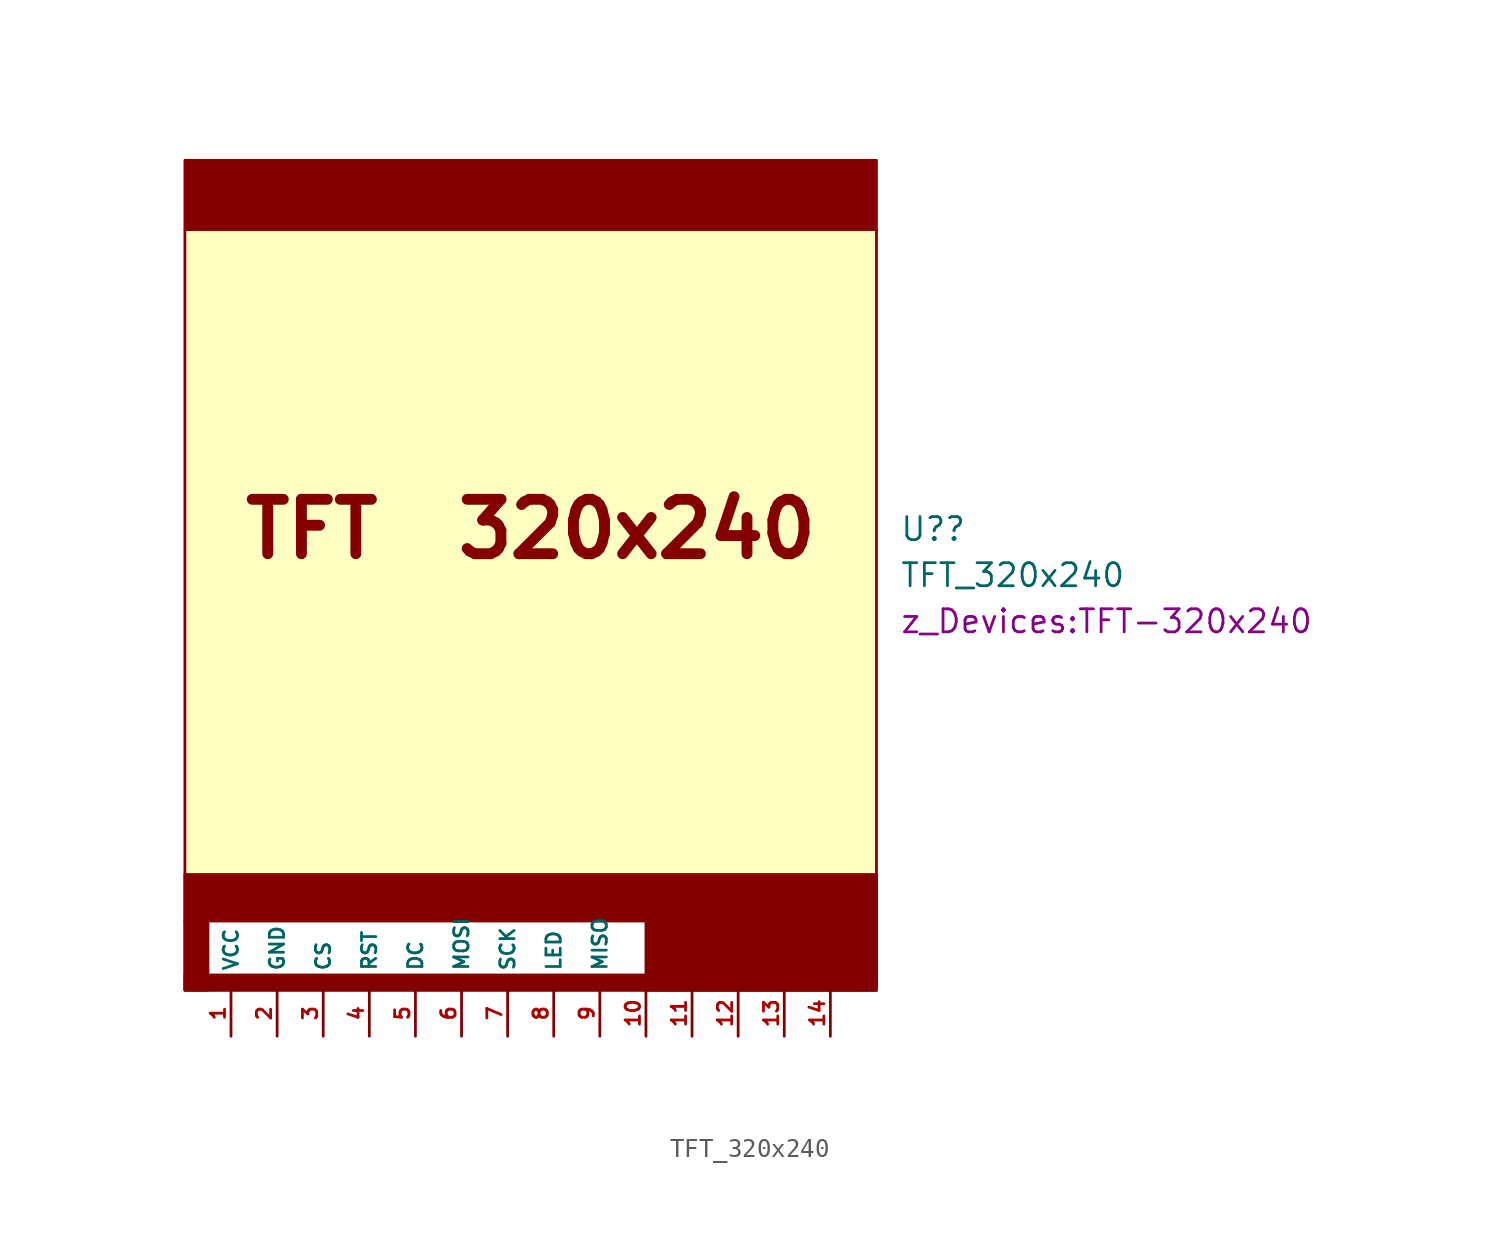
<source format=kicad_sym>
(kicad_symbol_lib
  (version 20241209)
  (generator "kicad_symbol_editor")
  (generator_version "9.0")
  (symbol "TFT_320x240"
    (pin_names
      (offset 1.016))
    (property "Reference" "U?"
      (at 20.32 25.4 0)
      (effects (font (size 1.27 1.27)) (justify left)))
    (property "Value" "TFT_320x240"
      (at 20.32 22.86 0)
      (effects (font (size 1.27 1.27)) (justify left)))
    (property "Footprint" "z_Devices:TFT-320x240"
      (at 20.32 20.32 0)
      (effects (font (size 1.27 1.27)) (justify left)))
    (symbol "TFT_320x240_0_0"
      (text "TFT  320x240" (at 0 25.4 0) (effects (font (size 2.997 2.997) (bold yes)))))
    (symbol "TFT_320x240_0_1"
      (rectangle (start -19.05 41.91) (end 19.05 45.72) (stroke (width 0) (type default)) (fill (type outline)))
      (rectangle (start -19.05 6.35) (end 19.05 41.91) (stroke (width 0) (type default)) (fill (type background)))
      (rectangle (start -19.05 6.35) (end 19.05 3.81) (stroke (width 0) (type default)) (fill (type outline)))
      (rectangle (start -19.05 0) (end 19.05 6.35) (stroke (width 0) (type default)) (fill (type none)))
      (rectangle (start -19.05 0) (end 19.05 0.838) (stroke (width 0) (type default)) (fill (type outline)))
      (rectangle (start -17.78 0) (end -19.05 3.81) (stroke (width 0) (type default)) (fill (type outline)))
      (rectangle (start 19.05 0) (end 6.35 3.81) (stroke (width 0) (type default)) (fill (type outline))))
    (symbol "TFT_320x240_1_1"
      (pin power_in line (at -16.51 -2.54 90) (length 2.54) (name "VCC" (effects (font (size 0.787 0.787)))) (number "1" (effects (font (size 0.787 0.787)))))
      (pin bidirectional line (at -13.97 -2.54 90) (length 2.54) (name "GND" (effects (font (size 0.787 0.787)))) (number "2" (effects (font (size 0.787 0.787)))))
      (pin bidirectional line (at -11.43 -2.54 90) (length 2.54) (name "CS" (effects (font (size 0.787 0.787)))) (number "3" (effects (font (size 0.787 0.787)))))
      (pin bidirectional line (at -8.89 -2.54 90) (length 2.54) (name "RST" (effects (font (size 0.787 0.787)))) (number "4" (effects (font (size 0.787 0.787)))))
      (pin bidirectional line (at -6.35 -2.54 90) (length 2.54) (name "DC" (effects (font (size 0.787 0.787)))) (number "5" (effects (font (size 0.787 0.787)))))
      (pin bidirectional line (at -3.81 -2.54 90) (length 2.54) (name "MOSI" (effects (font (size 0.787 0.787)))) (number "6" (effects (font (size 0.787 0.787)))))
      (pin bidirectional line (at -1.27 -2.54 90) (length 2.54) (name "SCK" (effects (font (size 0.787 0.787)))) (number "7" (effects (font (size 0.787 0.787)))))
      (pin power_in line (at 1.27 -2.54 90) (length 2.54) (name "LED" (effects (font (size 0.787 0.787)))) (number "8" (effects (font (size 0.787 0.787)))))
      (pin bidirectional line (at 3.81 -2.54 90) (length 2.54) (name "MISO" (effects (font (size 0.787 0.787)))) (number "9" (effects (font (size 0.787 0.787)))))
      (pin bidirectional line (at 6.35 -2.54 90) (length 2.54) (name "~" (effects (font (size 0.787 0.787)))) (number "10" (effects (font (size 0.787 0.787)))))
      (pin bidirectional line (at 8.89 -2.54 90) (length 2.54) (name "~" (effects (font (size 0.787 0.787)))) (number "11" (effects (font (size 0.787 0.787)))))
      (pin bidirectional line (at 11.43 -2.54 90) (length 2.54) (name "~" (effects (font (size 0.787 0.787)))) (number "12" (effects (font (size 0.787 0.787)))))
      (pin bidirectional line (at 13.97 -2.54 90) (length 2.54) (name "~" (effects (font (size 0.787 0.787)))) (number "13" (effects (font (size 0.787 0.787)))))
      (pin bidirectional line (at 16.51 -2.54 90) (length 2.54) (name "~" (effects (font (size 0.787 0.787)))) (number "14" (effects (font (size 0.787 0.787))))))))
</source>
